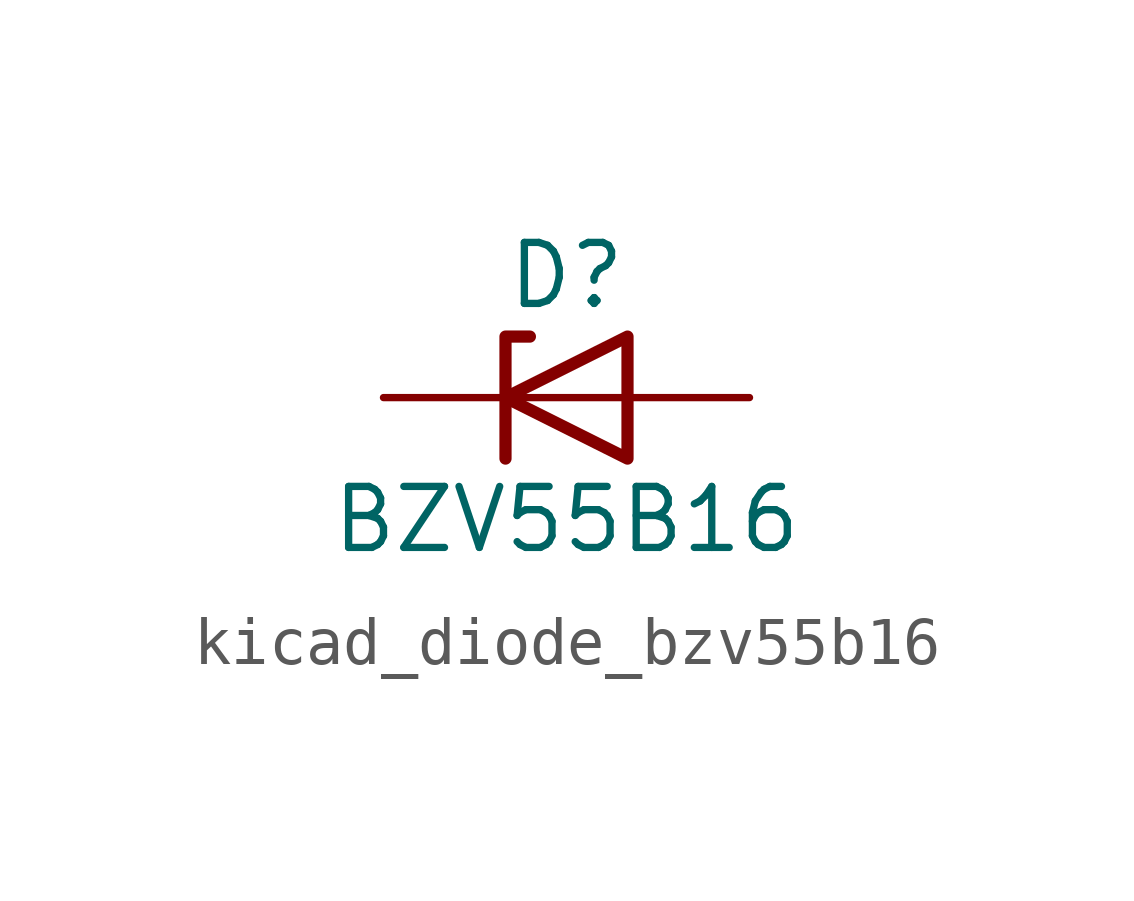
<source format=kicad_sym>
(kicad_symbol_lib
  (version 20220914)
  (generator kicad_symbol_editor)
  (symbol "kicad_diode_bzv55b16"
    (pin_numbers hide)
    (pin_names hide)
    (property "Reference" "D"
      (at 0 2.54 0)
      (effects (font (size 1.27 1.27))))
    (property "Value" "BZV55B16"
      (at 0 -2.54 0)
      (effects (font (size 1.27 1.27))))
    (symbol "kicad_diode_bzv55b16_0_1"
      (polyline (pts (xy 1.27 0) (xy -1.27 0)) (stroke (width 0) (type default)) (fill (type none)))
      (polyline (pts (xy -1.27 -1.27) (xy -1.27 1.27) (xy -0.762 1.27)) (stroke (width 0.254) (type default)) (fill (type none)))
      (polyline (pts (xy 1.27 -1.27) (xy 1.27 1.27) (xy -1.27 0) (xy 1.27 -1.27)) (stroke (width 0.254) (type default)) (fill (type none))))
    (symbol "kicad_diode_bzv55b16_1_1"
      (pin passive line (at -3.81 0 0) (length 2.54) (name "K" (effects (font (size 1.27 1.27)))) (number "1" (effects (font (size 1.27 1.27)))))
      (pin passive line (at 3.81 0 180) (length 2.54) (name "A" (effects (font (size 1.27 1.27)))) (number "2" (effects (font (size 1.27 1.27))))))))
</source>
